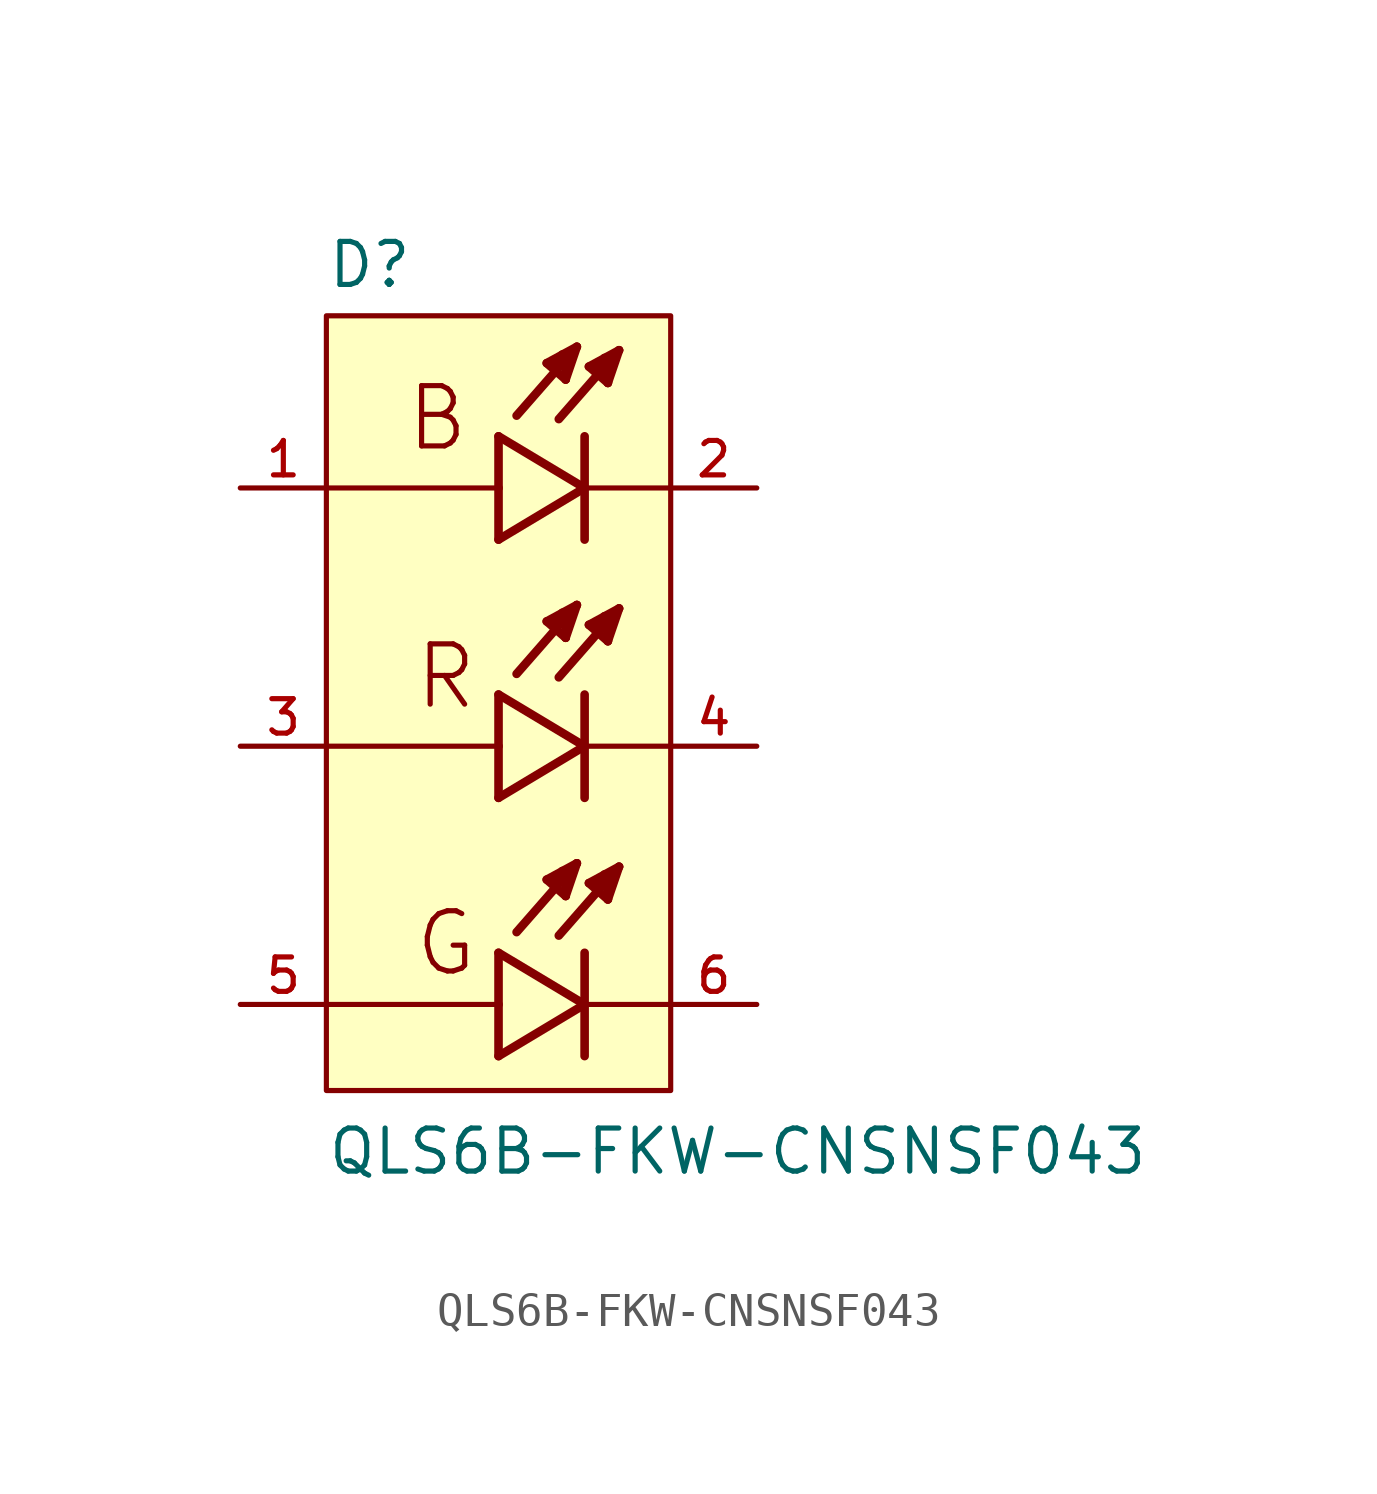
<source format=kicad_sym>
(kicad_symbol_lib
  (version 20211014)
  (generator kicad_symbol_editor)
  (symbol "QLS6B-FKW-CNSNSF043"
    (pin_names
      (offset 1.016))
    (property "Reference" "D"
      (at -5.08 13.462 0)
      (effects (font (size 1.27 1.27)) (justify bottom left)))
    (property "Value" "QLS6B-FKW-CNSNSF043"
      (at -5.08 -12.7 0)
      (effects (font (size 1.27 1.27)) (justify bottom left)))
    (symbol "QLS6B-FKW-CNSNSF043_0_0"
      (polyline (pts (xy 0.0 1.524) (xy 0.0 0.0)) (stroke (width 0.254)))
      (polyline (pts (xy 0.0 0.0) (xy 0.0 -1.524)) (stroke (width 0.254)))
      (polyline (pts (xy 0.0 -1.524) (xy 2.54 0.0)) (stroke (width 0.254)))
      (polyline (pts (xy 2.54 0.0) (xy 0.0 1.524)) (stroke (width 0.254)))
      (polyline (pts (xy 2.54 1.524) (xy 2.54 -1.524)) (stroke (width 0.254)))
      (polyline (pts (xy 3.556 4.064) (xy 1.778 2.032)) (stroke (width 0.254)))
      (polyline (pts (xy 3.226 3.099) (xy 2.667 3.581)) (stroke (width 0.254)))
      (polyline (pts (xy 2.667 3.581) (xy 3.556 4.064)) (stroke (width 0.254)))
      (polyline (pts (xy 3.556 4.064) (xy 3.226 3.099)) (stroke (width 0.254)))
      (polyline (pts (xy 3.226 3.099) (xy 3.251 3.835)) (stroke (width 0.254)))
      (polyline (pts (xy 3.251 3.835) (xy 3.124 3.835)) (stroke (width 0.254)))
      (polyline (pts (xy 2.845 3.505) (xy 3.073 3.658)) (stroke (width 0.254)))
      (polyline (pts (xy 2.311 4.166) (xy 0.533 2.134)) (stroke (width 0.254)))
      (polyline (pts (xy 1.981 3.2) (xy 1.422 3.683)) (stroke (width 0.254)))
      (polyline (pts (xy 1.422 3.683) (xy 2.311 4.166)) (stroke (width 0.254)))
      (polyline (pts (xy 2.311 4.166) (xy 1.981 3.2)) (stroke (width 0.254)))
      (polyline (pts (xy 1.981 3.2) (xy 2.007 3.937)) (stroke (width 0.254)))
      (polyline (pts (xy 2.007 3.937) (xy 1.88 3.937)) (stroke (width 0.254)))
      (polyline (pts (xy 1.6 3.607) (xy 1.829 3.759)) (stroke (width 0.254)))
      (polyline (pts (xy 0.0 9.144) (xy 0.0 7.62)) (stroke (width 0.254)))
      (polyline (pts (xy 0.0 7.62) (xy 0.0 6.096)) (stroke (width 0.254)))
      (polyline (pts (xy 0.0 6.096) (xy 2.54 7.62)) (stroke (width 0.254)))
      (polyline (pts (xy 2.54 7.62) (xy 0.0 9.144)) (stroke (width 0.254)))
      (polyline (pts (xy 2.54 9.144) (xy 2.54 6.096)) (stroke (width 0.254)))
      (polyline (pts (xy 3.556 11.684) (xy 1.778 9.652)) (stroke (width 0.254)))
      (polyline (pts (xy 3.226 10.719) (xy 2.667 11.201)) (stroke (width 0.254)))
      (polyline (pts (xy 2.667 11.201) (xy 3.556 11.684)) (stroke (width 0.254)))
      (polyline (pts (xy 3.556 11.684) (xy 3.226 10.719)) (stroke (width 0.254)))
      (polyline (pts (xy 3.226 10.719) (xy 3.251 11.455)) (stroke (width 0.254)))
      (polyline (pts (xy 3.251 11.455) (xy 3.124 11.455)) (stroke (width 0.254)))
      (polyline (pts (xy 2.845 11.125) (xy 3.073 11.278)) (stroke (width 0.254)))
      (polyline (pts (xy 2.311 11.786) (xy 0.533 9.754)) (stroke (width 0.254)))
      (polyline (pts (xy 1.981 10.82) (xy 1.422 11.303)) (stroke (width 0.254)))
      (polyline (pts (xy 1.422 11.303) (xy 2.311 11.786)) (stroke (width 0.254)))
      (polyline (pts (xy 2.311 11.786) (xy 1.981 10.82)) (stroke (width 0.254)))
      (polyline (pts (xy 1.981 10.82) (xy 2.007 11.557)) (stroke (width 0.254)))
      (polyline (pts (xy 2.007 11.557) (xy 1.88 11.557)) (stroke (width 0.254)))
      (polyline (pts (xy 1.6 11.227) (xy 1.829 11.379)) (stroke (width 0.254)))
      (polyline (pts (xy 0.0 -6.096) (xy 0.0 -7.62)) (stroke (width 0.254)))
      (polyline (pts (xy 0.0 -7.62) (xy 0.0 -9.144)) (stroke (width 0.254)))
      (polyline (pts (xy 0.0 -9.144) (xy 2.54 -7.62)) (stroke (width 0.254)))
      (polyline (pts (xy 2.54 -7.62) (xy 0.0 -6.096)) (stroke (width 0.254)))
      (polyline (pts (xy 2.54 -6.096) (xy 2.54 -9.144)) (stroke (width 0.254)))
      (polyline (pts (xy 3.556 -3.556) (xy 1.778 -5.588)) (stroke (width 0.254)))
      (polyline (pts (xy 3.226 -4.521) (xy 2.667 -4.039)) (stroke (width 0.254)))
      (polyline (pts (xy 2.667 -4.039) (xy 3.556 -3.556)) (stroke (width 0.254)))
      (polyline (pts (xy 3.556 -3.556) (xy 3.226 -4.521)) (stroke (width 0.254)))
      (polyline (pts (xy 3.226 -4.521) (xy 3.251 -3.785)) (stroke (width 0.254)))
      (polyline (pts (xy 3.251 -3.785) (xy 3.124 -3.785)) (stroke (width 0.254)))
      (polyline (pts (xy 2.845 -4.115) (xy 3.073 -3.962)) (stroke (width 0.254)))
      (polyline (pts (xy 2.311 -3.454) (xy 0.533 -5.486)) (stroke (width 0.254)))
      (polyline (pts (xy 1.981 -4.42) (xy 1.422 -3.937)) (stroke (width 0.254)))
      (polyline (pts (xy 1.422 -3.937) (xy 2.311 -3.454)) (stroke (width 0.254)))
      (polyline (pts (xy 2.311 -3.454) (xy 1.981 -4.42)) (stroke (width 0.254)))
      (polyline (pts (xy 1.981 -4.42) (xy 2.007 -3.683)) (stroke (width 0.254)))
      (polyline (pts (xy 2.007 -3.683) (xy 1.88 -3.683)) (stroke (width 0.254)))
      (polyline (pts (xy 1.6 -4.013) (xy 1.829 -3.861)) (stroke (width 0.254)))
      (polyline (pts (xy 0.0 0.0) (xy -5.08 0.0)) (stroke (width 0.152)))
      (polyline (pts (xy 0.0 7.62) (xy -5.08 7.62)) (stroke (width 0.152)))
      (polyline (pts (xy 0.0 -7.62) (xy -5.08 -7.62)) (stroke (width 0.152)))
      (polyline (pts (xy 5.08 0.0) (xy 2.54 0.0)) (stroke (width 0.152)))
      (polyline (pts (xy 5.08 7.62) (xy 2.54 7.62)) (stroke (width 0.152)))
      (polyline (pts (xy 5.08 -7.62) (xy 2.54 -7.62)) (stroke (width 0.152)))
      (text "B" (at -2.794 8.636 0) (effects (font (size 1.778 1.778)) (justify bottom left)))
      (text "R" (at -2.54 1.016 0) (effects (font (size 1.778 1.778)) (justify bottom left)))
      (text "G" (at -2.54 -6.858 0) (effects (font (size 1.778 1.778)) (justify bottom left)))
      (rectangle (start -5.08 -10.16) (end 5.08 12.7) (stroke (width 0.152)) (fill (type background)))
      (pin passive line (at -7.62 7.62 0) (length 2.54) (name "~" (effects (font (size 1.016 1.016)))) (number "1" (effects (font (size 1.016 1.016)))))
      (pin passive line (at 7.62 7.62 180.0) (length 2.54) (name "~" (effects (font (size 1.016 1.016)))) (number "2" (effects (font (size 1.016 1.016)))))
      (pin passive line (at -7.62 0.0 0) (length 2.54) (name "~" (effects (font (size 1.016 1.016)))) (number "3" (effects (font (size 1.016 1.016)))))
      (pin passive line (at 7.62 0.0 180.0) (length 2.54) (name "~" (effects (font (size 1.016 1.016)))) (number "4" (effects (font (size 1.016 1.016)))))
      (pin passive line (at -7.62 -7.62 0) (length 2.54) (name "~" (effects (font (size 1.016 1.016)))) (number "5" (effects (font (size 1.016 1.016)))))
      (pin passive line (at 7.62 -7.62 180.0) (length 2.54) (name "~" (effects (font (size 1.016 1.016)))) (number "6" (effects (font (size 1.016 1.016))))))))
</source>
